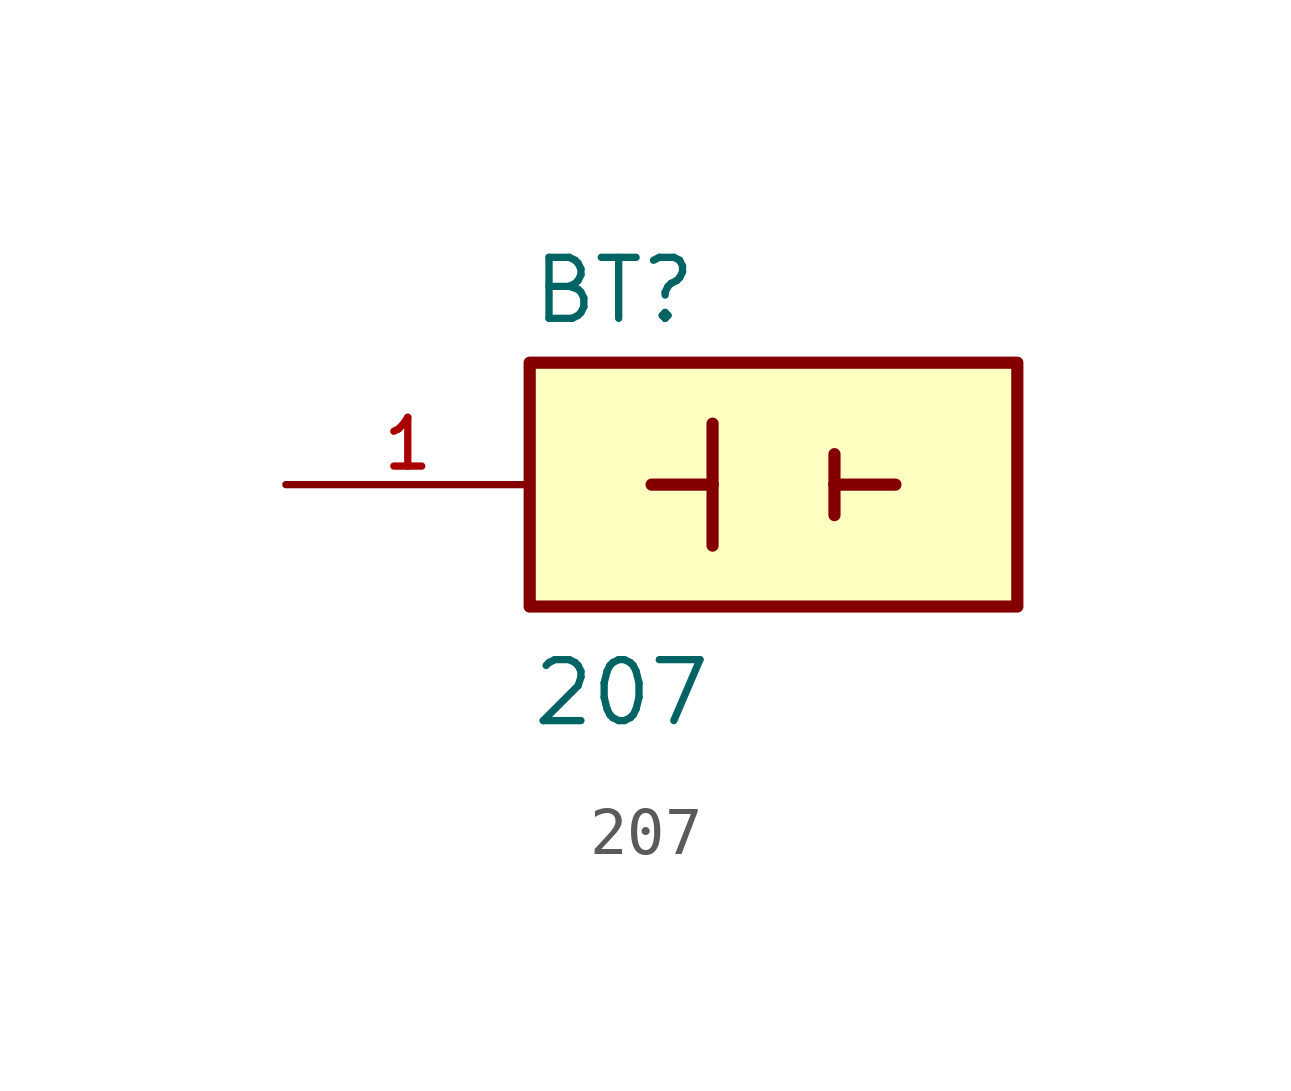
<source format=kicad_sym>
(kicad_symbol_lib
  (version 20211014)
  (generator kicad_symbol_editor)
  (symbol "207"
    (pin_names
      (offset 1.016))
    (property "Reference" "BT"
      (at -5.08 3.302 0)
      (effects (font (size 1.27 1.27)) (justify bottom left)))
    (property "Value" "207"
      (at -5.08 -5.08 0)
      (effects (font (size 1.27 1.27)) (justify bottom left)))
    (symbol "207_0_0"
      (polyline (pts (xy -1.27 1.27) (xy -1.27 0.0)) (stroke (width 0.254)))
      (polyline (pts (xy -1.27 0.0) (xy -1.27 -1.27)) (stroke (width 0.254)))
      (polyline (pts (xy 1.27 0.635) (xy 1.27 0.0)) (stroke (width 0.254)))
      (polyline (pts (xy 1.27 0.0) (xy 1.27 -0.635)) (stroke (width 0.254)))
      (polyline (pts (xy -1.27 0.0) (xy -2.54 0.0)) (stroke (width 0.254)))
      (polyline (pts (xy 1.27 0.0) (xy 2.54 0.0)) (stroke (width 0.254)))
      (rectangle (start -5.08 -2.54) (end 5.08 2.54) (stroke (width 0.254)) (fill (type background)))
      (pin passive line (at -10.16 0.0 0) (length 5.08) (name "~" (effects (font (size 1.016 1.016)))) (number "1" (effects (font (size 1.016 1.016))))))))
</source>
